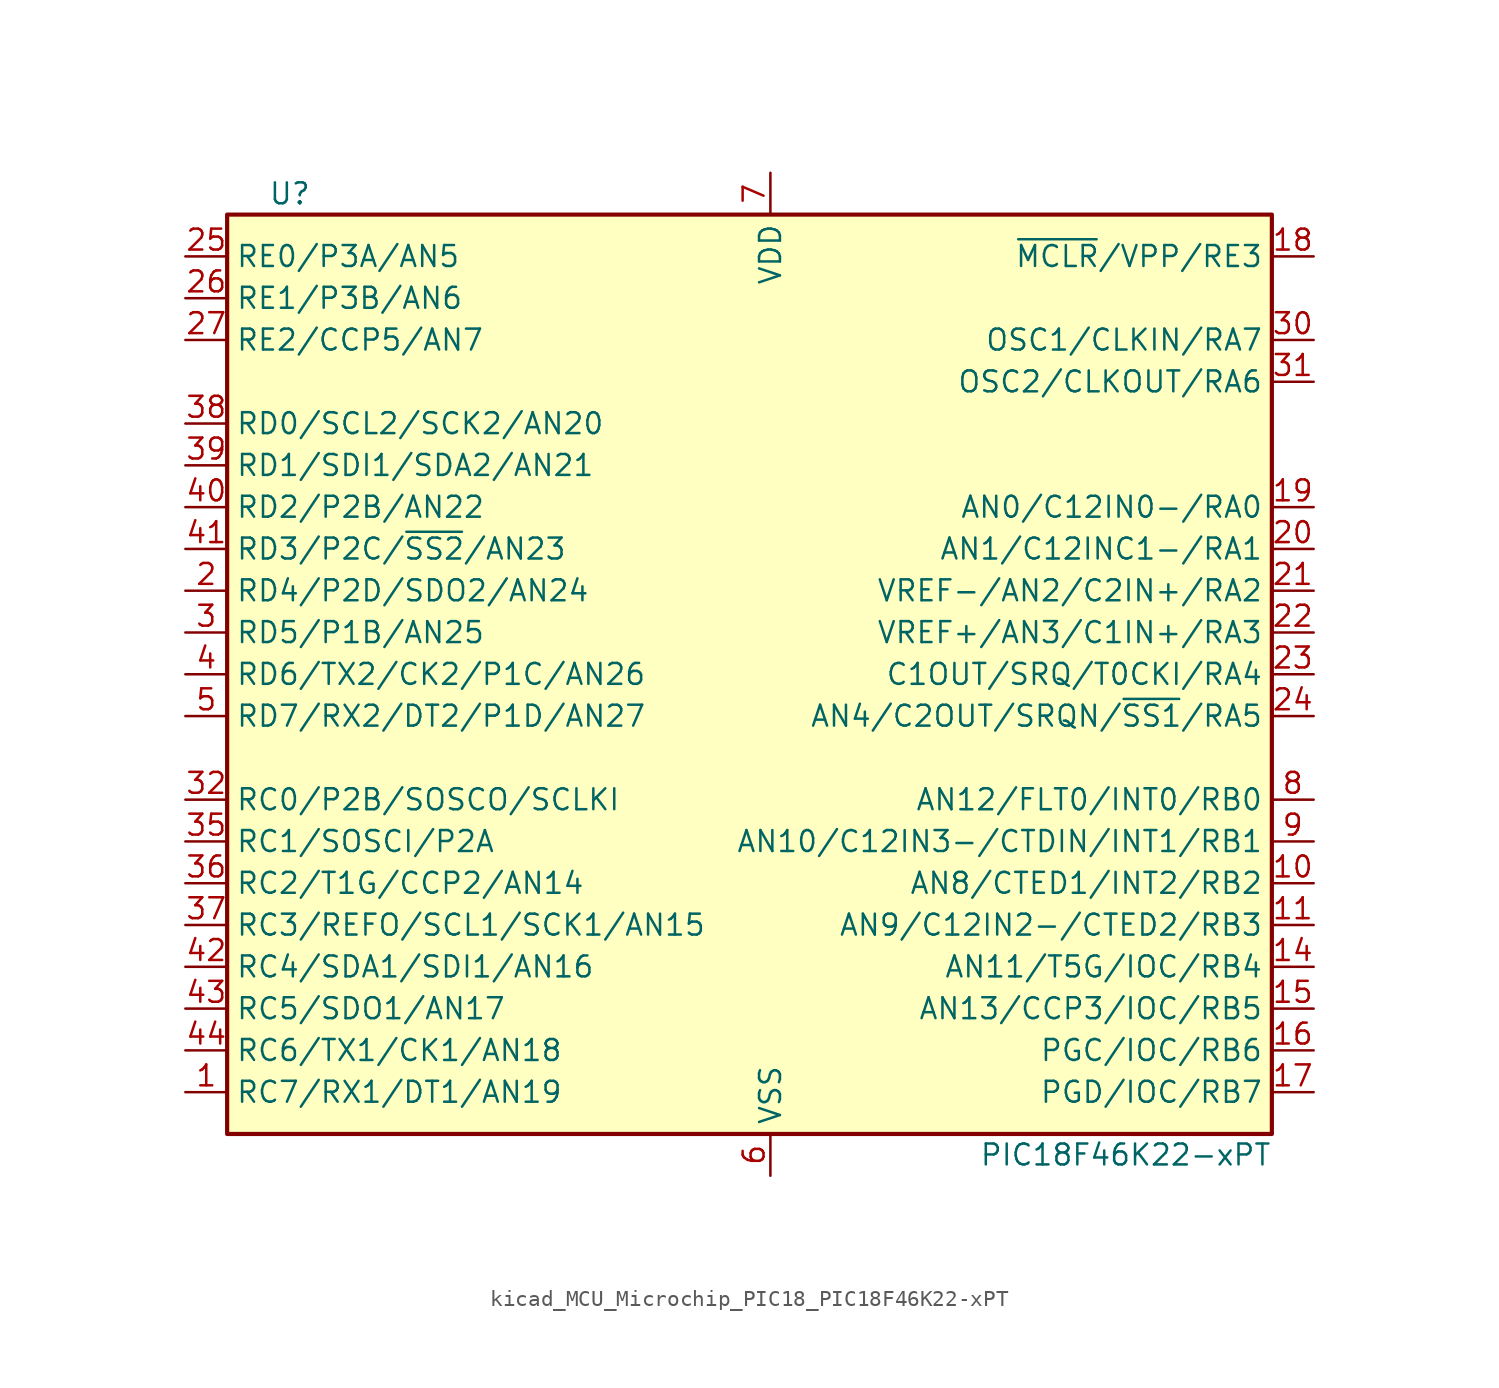
<source format=kicad_sym>
(kicad_symbol_lib
  (version 20220914)
  (generator kicad_symbol_editor)
  (symbol "kicad_MCU_Microchip_PIC18_PIC18F46K22-xPT"
    (property "Reference" "U"
      (at -29.21 29.21 0)
      (effects (font (size 1.27 1.27))))
    (property "Value" "PIC18F46K22-xPT"
      (at 21.59 -29.21 0)
      (effects (font (size 1.27 1.27))))
    (symbol "kicad_MCU_Microchip_PIC18_PIC18F46K22-xPT_0_1"
      (rectangle (start -33.02 27.94) (end 30.48 -27.94) (stroke (width 0.254) (type default)) (fill (type background))))
    (symbol "kicad_MCU_Microchip_PIC18_PIC18F46K22-xPT_1_1"
      (pin bidirectional line (at -35.56 -25.4 0) (length 2.54) (name "RC7/RX1/DT1/AN19" (effects (font (size 1.27 1.27)))) (number "1" (effects (font (size 1.27 1.27)))))
      (pin bidirectional line (at 33.02 -12.7 180) (length 2.54) (name "AN8/CTED1/INT2/RB2" (effects (font (size 1.27 1.27)))) (number "10" (effects (font (size 1.27 1.27)))))
      (pin bidirectional line (at 33.02 -15.24 180) (length 2.54) (name "AN9/C12IN2-/CTED2/RB3" (effects (font (size 1.27 1.27)))) (number "11" (effects (font (size 1.27 1.27)))))
      (pin no_connect line (at -10.16 -27.94 90) (length 2.54) hide (name "NC" (effects (font (size 1.27 1.27)))) (number "12" (effects (font (size 1.27 1.27)))))
      (pin no_connect line (at -7.62 -27.94 90) (length 2.54) hide (name "NC" (effects (font (size 1.27 1.27)))) (number "13" (effects (font (size 1.27 1.27)))))
      (pin bidirectional line (at 33.02 -17.78 180) (length 2.54) (name "AN11/T5G/IOC/RB4" (effects (font (size 1.27 1.27)))) (number "14" (effects (font (size 1.27 1.27)))))
      (pin bidirectional line (at 33.02 -20.32 180) (length 2.54) (name "AN13/CCP3/IOC/RB5" (effects (font (size 1.27 1.27)))) (number "15" (effects (font (size 1.27 1.27)))))
      (pin bidirectional line (at 33.02 -22.86 180) (length 2.54) (name "PGC/IOC/RB6" (effects (font (size 1.27 1.27)))) (number "16" (effects (font (size 1.27 1.27)))))
      (pin bidirectional line (at 33.02 -25.4 180) (length 2.54) (name "PGD/IOC/RB7" (effects (font (size 1.27 1.27)))) (number "17" (effects (font (size 1.27 1.27)))))
      (pin bidirectional line (at 33.02 25.4 180) (length 2.54) (name "~{MCLR}/VPP/RE3" (effects (font (size 1.27 1.27)))) (number "18" (effects (font (size 1.27 1.27)))))
      (pin bidirectional line (at 33.02 10.16 180) (length 2.54) (name "AN0/C12IN0-/RA0" (effects (font (size 1.27 1.27)))) (number "19" (effects (font (size 1.27 1.27)))))
      (pin bidirectional line (at -35.56 5.08 0) (length 2.54) (name "RD4/P2D/SDO2/AN24" (effects (font (size 1.27 1.27)))) (number "2" (effects (font (size 1.27 1.27)))))
      (pin bidirectional line (at 33.02 7.62 180) (length 2.54) (name "AN1/C12INC1-/RA1" (effects (font (size 1.27 1.27)))) (number "20" (effects (font (size 1.27 1.27)))))
      (pin bidirectional line (at 33.02 5.08 180) (length 2.54) (name "VREF-/AN2/C2IN+/RA2" (effects (font (size 1.27 1.27)))) (number "21" (effects (font (size 1.27 1.27)))))
      (pin bidirectional line (at 33.02 2.54 180) (length 2.54) (name "VREF+/AN3/C1IN+/RA3" (effects (font (size 1.27 1.27)))) (number "22" (effects (font (size 1.27 1.27)))))
      (pin bidirectional line (at 33.02 0 180) (length 2.54) (name "C1OUT/SRQ/T0CKI/RA4" (effects (font (size 1.27 1.27)))) (number "23" (effects (font (size 1.27 1.27)))))
      (pin bidirectional line (at 33.02 -2.54 180) (length 2.54) (name "AN4/C2OUT/SRQN/~{SS1}/RA5" (effects (font (size 1.27 1.27)))) (number "24" (effects (font (size 1.27 1.27)))))
      (pin bidirectional line (at -35.56 25.4 0) (length 2.54) (name "RE0/P3A/AN5" (effects (font (size 1.27 1.27)))) (number "25" (effects (font (size 1.27 1.27)))))
      (pin bidirectional line (at -35.56 22.86 0) (length 2.54) (name "RE1/P3B/AN6" (effects (font (size 1.27 1.27)))) (number "26" (effects (font (size 1.27 1.27)))))
      (pin bidirectional line (at -35.56 20.32 0) (length 2.54) (name "RE2/CCP5/AN7" (effects (font (size 1.27 1.27)))) (number "27" (effects (font (size 1.27 1.27)))))
      (pin passive line (at 0 30.48 270) (length 2.54) hide (name "VDD" (effects (font (size 1.27 1.27)))) (number "28" (effects (font (size 1.27 1.27)))))
      (pin passive line (at 0 -30.48 90) (length 2.54) hide (name "VSS" (effects (font (size 1.27 1.27)))) (number "29" (effects (font (size 1.27 1.27)))))
      (pin bidirectional line (at -35.56 2.54 0) (length 2.54) (name "RD5/P1B/AN25" (effects (font (size 1.27 1.27)))) (number "3" (effects (font (size 1.27 1.27)))))
      (pin bidirectional line (at 33.02 20.32 180) (length 2.54) (name "OSC1/CLKIN/RA7" (effects (font (size 1.27 1.27)))) (number "30" (effects (font (size 1.27 1.27)))))
      (pin bidirectional line (at 33.02 17.78 180) (length 2.54) (name "OSC2/CLKOUT/RA6" (effects (font (size 1.27 1.27)))) (number "31" (effects (font (size 1.27 1.27)))))
      (pin bidirectional line (at -35.56 -7.62 0) (length 2.54) (name "RC0/P2B/SOSCO/SCLKI" (effects (font (size 1.27 1.27)))) (number "32" (effects (font (size 1.27 1.27)))))
      (pin no_connect line (at -5.08 -27.94 90) (length 2.54) hide (name "NC" (effects (font (size 1.27 1.27)))) (number "33" (effects (font (size 1.27 1.27)))))
      (pin no_connect line (at -2.54 -27.94 90) (length 2.54) hide (name "NC" (effects (font (size 1.27 1.27)))) (number "34" (effects (font (size 1.27 1.27)))))
      (pin bidirectional line (at -35.56 -10.16 0) (length 2.54) (name "RC1/SOSCI/P2A" (effects (font (size 1.27 1.27)))) (number "35" (effects (font (size 1.27 1.27)))))
      (pin bidirectional line (at -35.56 -12.7 0) (length 2.54) (name "RC2/T1G/CCP2/AN14" (effects (font (size 1.27 1.27)))) (number "36" (effects (font (size 1.27 1.27)))))
      (pin bidirectional line (at -35.56 -15.24 0) (length 2.54) (name "RC3/REFO/SCL1/SCK1/AN15" (effects (font (size 1.27 1.27)))) (number "37" (effects (font (size 1.27 1.27)))))
      (pin bidirectional line (at -35.56 15.24 0) (length 2.54) (name "RD0/SCL2/SCK2/AN20" (effects (font (size 1.27 1.27)))) (number "38" (effects (font (size 1.27 1.27)))))
      (pin bidirectional line (at -35.56 12.7 0) (length 2.54) (name "RD1/SDI1/SDA2/AN21" (effects (font (size 1.27 1.27)))) (number "39" (effects (font (size 1.27 1.27)))))
      (pin bidirectional line (at -35.56 0 0) (length 2.54) (name "RD6/TX2/CK2/P1C/AN26" (effects (font (size 1.27 1.27)))) (number "4" (effects (font (size 1.27 1.27)))))
      (pin bidirectional line (at -35.56 10.16 0) (length 2.54) (name "RD2/P2B/AN22" (effects (font (size 1.27 1.27)))) (number "40" (effects (font (size 1.27 1.27)))))
      (pin bidirectional line (at -35.56 7.62 0) (length 2.54) (name "RD3/P2C/~{SS2}/AN23" (effects (font (size 1.27 1.27)))) (number "41" (effects (font (size 1.27 1.27)))))
      (pin bidirectional line (at -35.56 -17.78 0) (length 2.54) (name "RC4/SDA1/SDI1/AN16" (effects (font (size 1.27 1.27)))) (number "42" (effects (font (size 1.27 1.27)))))
      (pin bidirectional line (at -35.56 -20.32 0) (length 2.54) (name "RC5/SDO1/AN17" (effects (font (size 1.27 1.27)))) (number "43" (effects (font (size 1.27 1.27)))))
      (pin bidirectional line (at -35.56 -22.86 0) (length 2.54) (name "RC6/TX1/CK1/AN18" (effects (font (size 1.27 1.27)))) (number "44" (effects (font (size 1.27 1.27)))))
      (pin bidirectional line (at -35.56 -2.54 0) (length 2.54) (name "RD7/RX2/DT2/P1D/AN27" (effects (font (size 1.27 1.27)))) (number "5" (effects (font (size 1.27 1.27)))))
      (pin power_in line (at 0 -30.48 90) (length 2.54) (name "VSS" (effects (font (size 1.27 1.27)))) (number "6" (effects (font (size 1.27 1.27)))))
      (pin power_in line (at 0 30.48 270) (length 2.54) (name "VDD" (effects (font (size 1.27 1.27)))) (number "7" (effects (font (size 1.27 1.27)))))
      (pin bidirectional line (at 33.02 -7.62 180) (length 2.54) (name "AN12/FLT0/INT0/RB0" (effects (font (size 1.27 1.27)))) (number "8" (effects (font (size 1.27 1.27)))))
      (pin bidirectional line (at 33.02 -10.16 180) (length 2.54) (name "AN10/C12IN3-/CTDIN/INT1/RB1" (effects (font (size 1.27 1.27)))) (number "9" (effects (font (size 1.27 1.27))))))))
</source>
